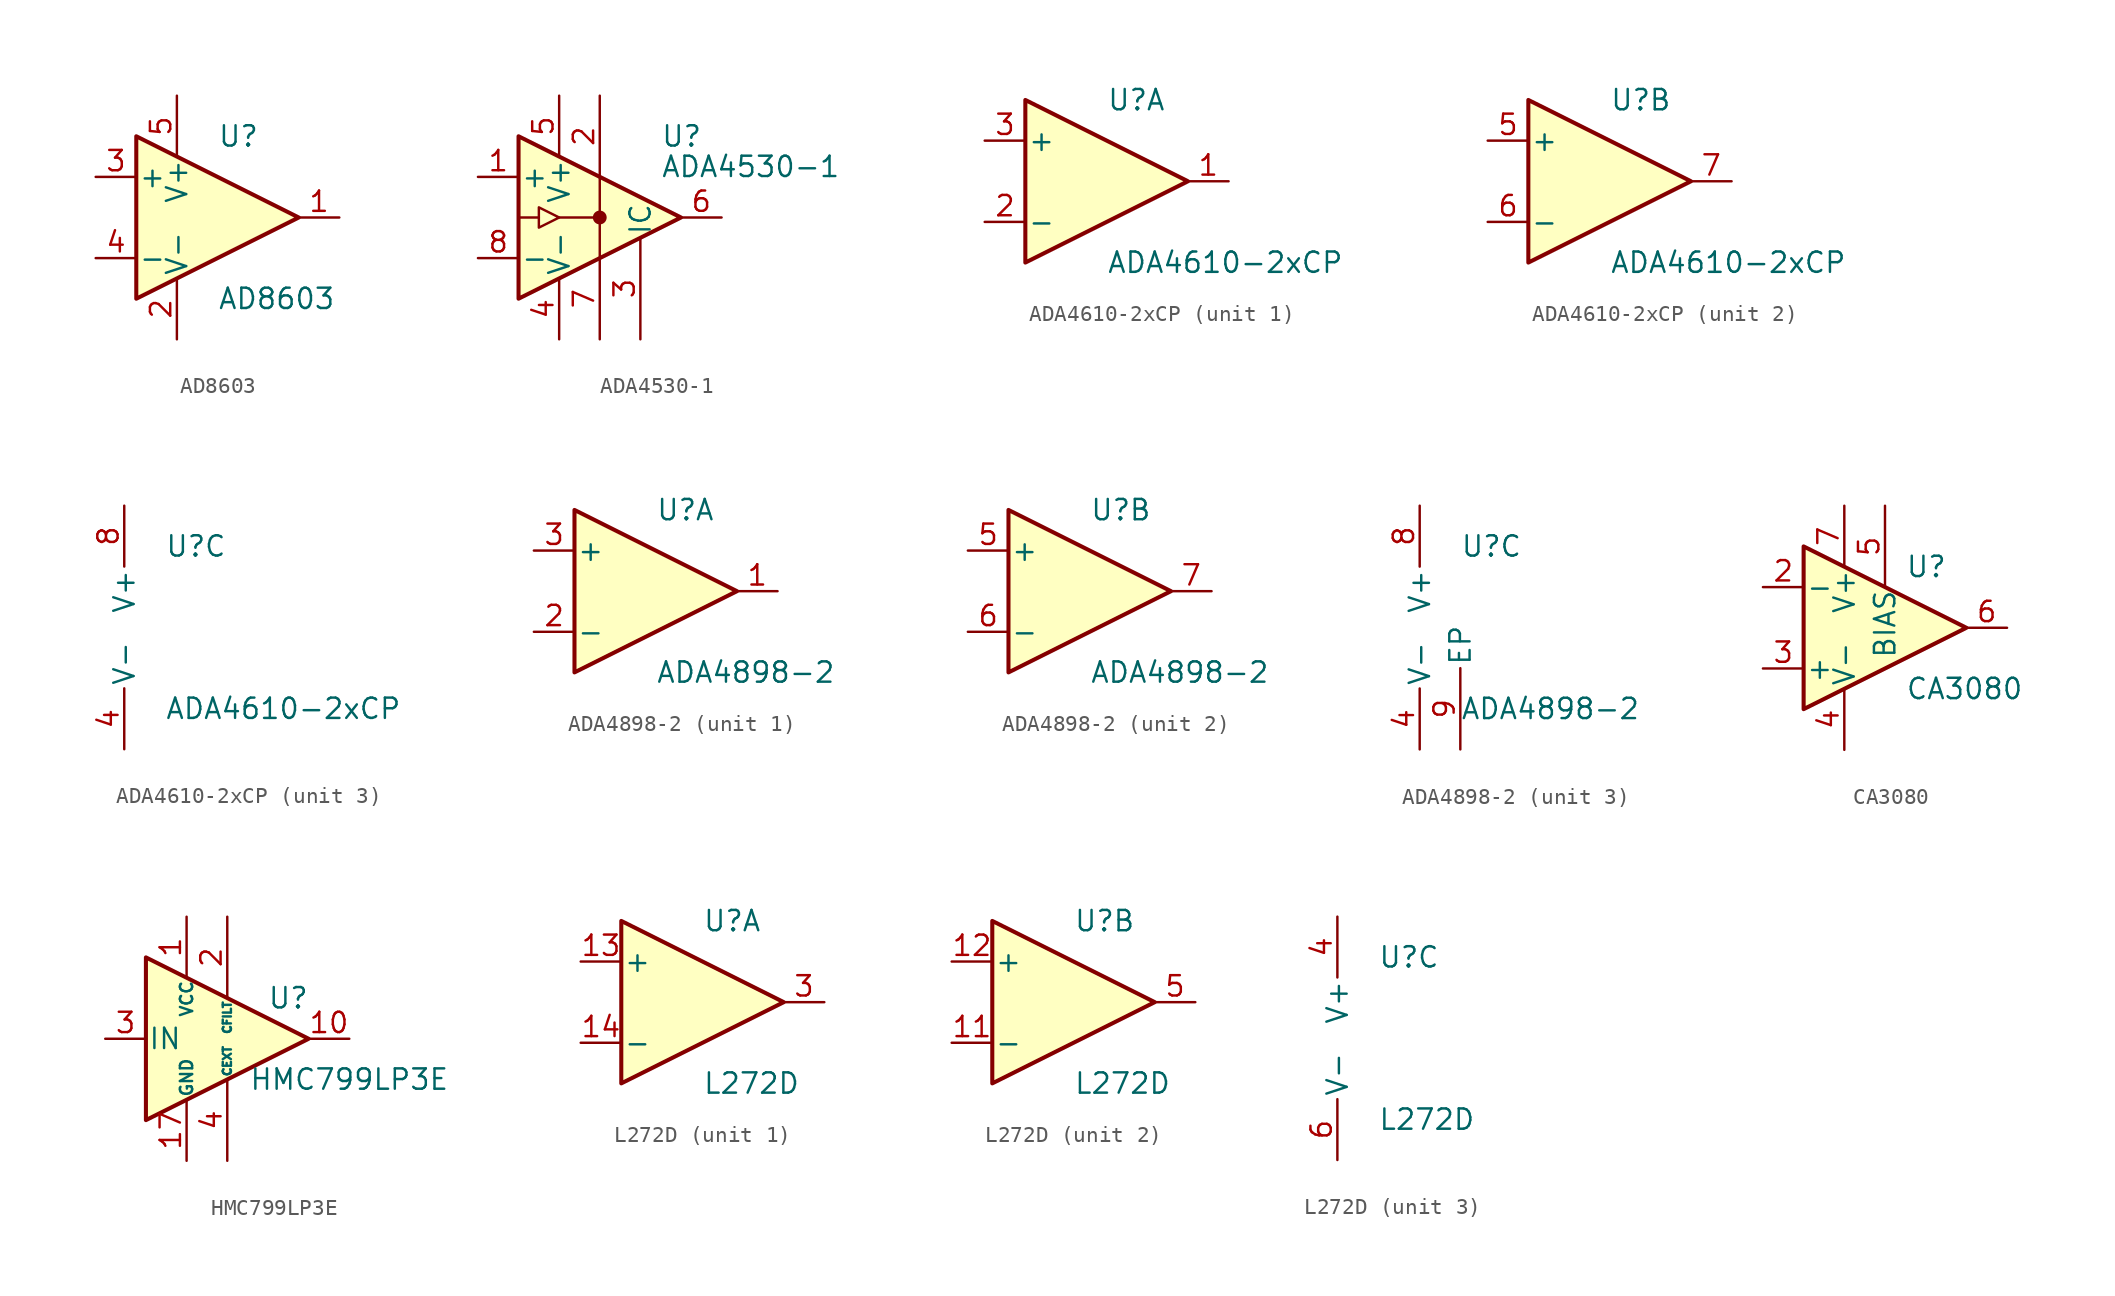
<source format=kicad_sym>
(kicad_symbol_lib
  (version 20211014)
  (generator kicad_symbol_editor)
  (symbol "AD8603"
    (pin_names
      (offset 0.127))
    (property "Reference" "U"
      (at 0 5.08 0)
      (effects (font (size 1.27 1.27)) (justify left)))
    (property "Value" "AD8603"
      (at 0 -5.08 0)
      (effects (font (size 1.27 1.27)) (justify left)))
    (symbol "AD8603_0_1"
      (polyline (pts (xy -5.08 5.08) (xy 5.08 0) (xy -5.08 -5.08) (xy -5.08 5.08)) (stroke (width 0.254) (type default) (color 0 0 0 0)) (fill (type background)))
      (pin power_in line (at -2.54 -7.62 90) (length 3.81) (name "V-" (effects (font (size 1.27 1.27)))) (number "2" (effects (font (size 1.27 1.27)))))
      (pin power_in line (at -2.54 7.62 270) (length 3.81) (name "V+" (effects (font (size 1.27 1.27)))) (number "5" (effects (font (size 1.27 1.27))))))
    (symbol "AD8603_1_1"
      (pin output line (at 7.62 0 180) (length 2.54) (name "~" (effects (font (size 1.27 1.27)))) (number "1" (effects (font (size 1.27 1.27)))))
      (pin input line (at -7.62 2.54 0) (length 2.54) (name "+" (effects (font (size 1.27 1.27)))) (number "3" (effects (font (size 1.27 1.27)))))
      (pin input line (at -7.62 -2.54 0) (length 2.54) (name "-" (effects (font (size 1.27 1.27)))) (number "4" (effects (font (size 1.27 1.27)))))))
  (symbol "ADA4530-1"
    (pin_names
      (offset 0.127))
    (property "Reference" "U"
      (at 3.81 5.08 0)
      (effects (font (size 1.27 1.27)) (justify left)))
    (property "Value" "ADA4530-1"
      (at 3.81 3.175 0)
      (effects (font (size 1.27 1.27)) (justify left)))
    (symbol "ADA4530-1_0_1"
      (polyline (pts (xy -3.81 0) (xy -5.08 0)) (stroke (width 0) (type default) (color 0 0 0 0)) (fill (type none)))
      (polyline (pts (xy -2.54 0) (xy 0 0)) (stroke (width 0) (type default) (color 0 0 0 0)) (fill (type none)))
      (polyline (pts (xy 0 2.54) (xy 0 -2.54)) (stroke (width 0) (type default) (color 0 0 0 0)) (fill (type none)))
      (polyline (pts (xy -5.08 5.08) (xy 5.08 0) (xy -5.08 -5.08) (xy -5.08 5.08)) (stroke (width 0.254) (type default) (color 0 0 0 0)) (fill (type background)))
      (polyline (pts (xy -3.81 -0.635) (xy -3.81 0.635) (xy -2.54 0) (xy -3.81 -0.635)) (stroke (width 0) (type default) (color 0 0 0 0)) (fill (type none)))
      (circle (center 0 0) (radius 0.356) (stroke (width 0) (type default) (color 0 0 0 0)) (fill (type outline))))
    (symbol "ADA4530-1_1_1"
      (pin input line (at -7.62 2.54 0) (length 2.54) (name "+" (effects (font (size 1.27 1.27)))) (number "1" (effects (font (size 1.27 1.27)))))
      (pin passive line (at 0 7.62 270) (length 5.08) (name "~" (effects (font (size 1.27 1.27)))) (number "2" (effects (font (size 1.27 1.27)))))
      (pin passive line (at 2.54 -7.62 90) (length 6.35) (name "IC" (effects (font (size 1.27 1.27)))) (number "3" (effects (font (size 1.27 1.27)))))
      (pin power_in line (at -2.54 -7.62 90) (length 3.81) (name "V-" (effects (font (size 1.27 1.27)))) (number "4" (effects (font (size 1.27 1.27)))))
      (pin power_in line (at -2.54 7.62 270) (length 3.81) (name "V+" (effects (font (size 1.27 1.27)))) (number "5" (effects (font (size 1.27 1.27)))))
      (pin output line (at 7.62 0 180) (length 2.54) (name "~" (effects (font (size 1.27 1.27)))) (number "6" (effects (font (size 1.27 1.27)))))
      (pin passive line (at 0 -7.62 90) (length 5.08) (name "~" (effects (font (size 1.27 1.27)))) (number "7" (effects (font (size 1.27 1.27)))))
      (pin input line (at -7.62 -2.54 0) (length 2.54) (name "-" (effects (font (size 1.27 1.27)))) (number "8" (effects (font (size 1.27 1.27)))))))
  (symbol "ADA4610-2xCP"
    (pin_names
      (offset 0.127))
    (property "Reference" "U"
      (at 0 5.08 0)
      (effects (font (size 1.27 1.27)) (justify left)))
    (property "Value" "ADA4610-2xCP"
      (at 0 -5.08 0)
      (effects (font (size 1.27 1.27)) (justify left)))
    (property "ki_locked" ""
      (at 0 0 0)
      (effects (font (size 1.27 1.27))))
    (symbol "ADA4610-2xCP_1_1"
      (polyline (pts (xy -5.08 5.08) (xy 5.08 0) (xy -5.08 -5.08) (xy -5.08 5.08)) (stroke (width 0.254) (type default) (color 0 0 0 0)) (fill (type background)))
      (pin output line (at 7.62 0 180) (length 2.54) (name "~" (effects (font (size 1.27 1.27)))) (number "1" (effects (font (size 1.27 1.27)))))
      (pin input line (at -7.62 -2.54 0) (length 2.54) (name "-" (effects (font (size 1.27 1.27)))) (number "2" (effects (font (size 1.27 1.27)))))
      (pin input line (at -7.62 2.54 0) (length 2.54) (name "+" (effects (font (size 1.27 1.27)))) (number "3" (effects (font (size 1.27 1.27))))))
    (symbol "ADA4610-2xCP_2_1"
      (polyline (pts (xy -5.08 5.08) (xy 5.08 0) (xy -5.08 -5.08) (xy -5.08 5.08)) (stroke (width 0.254) (type default) (color 0 0 0 0)) (fill (type background)))
      (pin input line (at -7.62 2.54 0) (length 2.54) (name "+" (effects (font (size 1.27 1.27)))) (number "5" (effects (font (size 1.27 1.27)))))
      (pin input line (at -7.62 -2.54 0) (length 2.54) (name "-" (effects (font (size 1.27 1.27)))) (number "6" (effects (font (size 1.27 1.27)))))
      (pin output line (at 7.62 0 180) (length 2.54) (name "~" (effects (font (size 1.27 1.27)))) (number "7" (effects (font (size 1.27 1.27))))))
    (symbol "ADA4610-2xCP_3_1"
      (pin power_in line (at -2.54 -7.62 90) (length 3.81) (name "V-" (effects (font (size 1.27 1.27)))) (number "4" (effects (font (size 1.27 1.27)))))
      (pin power_in line (at -2.54 7.62 270) (length 3.81) (name "V+" (effects (font (size 1.27 1.27)))) (number "8" (effects (font (size 1.27 1.27)))))
      (pin passive line (at -2.54 -7.62 90) (length 3.81) hide (name "V-" (effects (font (size 1.27 1.27)))) (number "9" (effects (font (size 1.27 1.27)))))))
  (symbol "ADA4898-2"
    (pin_names
      (offset 0.127))
    (property "Reference" "U"
      (at 0 5.08 0)
      (effects (font (size 1.27 1.27)) (justify left)))
    (property "Value" "ADA4898-2"
      (at 0 -5.08 0)
      (effects (font (size 1.27 1.27)) (justify left)))
    (property "ki_locked" ""
      (at 0 0 0)
      (effects (font (size 1.27 1.27))))
    (symbol "ADA4898-2_1_1"
      (polyline (pts (xy -5.08 5.08) (xy 5.08 0) (xy -5.08 -5.08) (xy -5.08 5.08)) (stroke (width 0.254) (type default) (color 0 0 0 0)) (fill (type background)))
      (pin output line (at 7.62 0 180) (length 2.54) (name "~" (effects (font (size 1.27 1.27)))) (number "1" (effects (font (size 1.27 1.27)))))
      (pin input line (at -7.62 -2.54 0) (length 2.54) (name "-" (effects (font (size 1.27 1.27)))) (number "2" (effects (font (size 1.27 1.27)))))
      (pin input line (at -7.62 2.54 0) (length 2.54) (name "+" (effects (font (size 1.27 1.27)))) (number "3" (effects (font (size 1.27 1.27))))))
    (symbol "ADA4898-2_2_1"
      (polyline (pts (xy -5.08 5.08) (xy 5.08 0) (xy -5.08 -5.08) (xy -5.08 5.08)) (stroke (width 0.254) (type default) (color 0 0 0 0)) (fill (type background)))
      (pin input line (at -7.62 2.54 0) (length 2.54) (name "+" (effects (font (size 1.27 1.27)))) (number "5" (effects (font (size 1.27 1.27)))))
      (pin input line (at -7.62 -2.54 0) (length 2.54) (name "-" (effects (font (size 1.27 1.27)))) (number "6" (effects (font (size 1.27 1.27)))))
      (pin output line (at 7.62 0 180) (length 2.54) (name "~" (effects (font (size 1.27 1.27)))) (number "7" (effects (font (size 1.27 1.27))))))
    (symbol "ADA4898-2_3_1"
      (pin power_in line (at -2.54 -7.62 90) (length 3.81) (name "V-" (effects (font (size 1.27 1.27)))) (number "4" (effects (font (size 1.27 1.27)))))
      (pin power_in line (at -2.54 7.62 270) (length 3.81) (name "V+" (effects (font (size 1.27 1.27)))) (number "8" (effects (font (size 1.27 1.27)))))
      (pin passive line (at 0 -7.62 90) (length 5.08) (name "EP" (effects (font (size 1.27 1.27)))) (number "9" (effects (font (size 1.27 1.27)))))))
  (symbol "CA3080"
    (pin_names
      (offset 0.127))
    (property "Reference" "U"
      (at 1.27 3.81 0)
      (effects (font (size 1.27 1.27)) (justify left)))
    (property "Value" "CA3080"
      (at 1.27 -3.81 0)
      (effects (font (size 1.27 1.27)) (justify left)))
    (symbol "CA3080_0_1"
      (polyline (pts (xy 5.08 0) (xy -5.08 -5.08) (xy -5.08 5.08) (xy 5.08 0)) (stroke (width 0.254) (type default) (color 0 0 0 0)) (fill (type background))))
    (symbol "CA3080_1_1"
      (pin no_connect line (at -2.54 2.54 270) (length 2.54) hide (name "NC" (effects (font (size 1.27 1.27)))) (number "1" (effects (font (size 1.27 1.27)))))
      (pin input line (at -7.62 2.54 0) (length 2.54) (name "-" (effects (font (size 1.27 1.27)))) (number "2" (effects (font (size 1.27 1.27)))))
      (pin input line (at -7.62 -2.54 0) (length 2.54) (name "+" (effects (font (size 1.27 1.27)))) (number "3" (effects (font (size 1.27 1.27)))))
      (pin power_in line (at -2.54 -7.62 90) (length 3.81) (name "V-" (effects (font (size 1.27 1.27)))) (number "4" (effects (font (size 1.27 1.27)))))
      (pin passive line (at 0 7.62 270) (length 5.08) (name "BIAS" (effects (font (size 1.27 1.27)))) (number "5" (effects (font (size 1.27 1.27)))))
      (pin output line (at 7.62 0 180) (length 2.54) (name "~" (effects (font (size 1.27 1.27)))) (number "6" (effects (font (size 1.27 1.27)))))
      (pin power_in line (at -2.54 7.62 270) (length 3.81) (name "V+" (effects (font (size 1.27 1.27)))) (number "7" (effects (font (size 1.27 1.27)))))
      (pin no_connect line (at 0 2.54 270) (length 2.54) hide (name "NC" (effects (font (size 1.27 1.27)))) (number "8" (effects (font (size 1.27 1.27)))))))
  (symbol "HMC799LP3E"
    (pin_names
      (offset 0.127))
    (property "Reference" "U"
      (at 3.81 2.54 0)
      (effects (font (size 1.27 1.27))))
    (property "Value" "HMC799LP3E"
      (at 7.62 -2.54 0)
      (effects (font (size 1.27 1.27))))
    (symbol "HMC799LP3E_0_0"
      (pin no_connect line (at 0 0 90) (length 2.54) hide (name "NC" (effects (font (size 1.27 1.27)))) (number "11" (effects (font (size 1.27 1.27)))))
      (pin passive line (at -2.54 7.62 270) (length 3.81) hide (name "VCC" (effects (font (size 0.762 0.762)))) (number "12" (effects (font (size 1.27 1.27)))))
      (pin no_connect line (at 2.54 0 90) (length 2.54) hide (name "NC" (effects (font (size 1.27 1.27)))) (number "13" (effects (font (size 1.27 1.27)))))
      (pin passive line (at -2.54 7.62 270) (length 3.81) hide (name "VCC" (effects (font (size 0.762 0.762)))) (number "14" (effects (font (size 1.27 1.27)))))
      (pin no_connect line (at -2.54 2.54 0) (length 2.54) hide (name "NC" (effects (font (size 1.27 1.27)))) (number "15" (effects (font (size 1.27 1.27)))))
      (pin no_connect line (at -2.54 -2.54 0) (length 2.54) hide (name "NC" (effects (font (size 1.27 1.27)))) (number "16" (effects (font (size 1.27 1.27)))))
      (pin no_connect line (at -5.08 5.08 0) (length 2.54) hide (name "NC" (effects (font (size 1.27 1.27)))) (number "5" (effects (font (size 1.27 1.27)))))
      (pin no_connect line (at -5.08 2.54 0) (length 2.54) hide (name "NC" (effects (font (size 1.27 1.27)))) (number "6" (effects (font (size 1.27 1.27)))))
      (pin no_connect line (at -5.08 -2.54 0) (length 2.54) hide (name "NC" (effects (font (size 1.27 1.27)))) (number "7" (effects (font (size 1.27 1.27)))))
      (pin no_connect line (at -5.08 -5.08 0) (length 2.54) hide (name "NC" (effects (font (size 1.27 1.27)))) (number "8" (effects (font (size 1.27 1.27)))))
      (pin no_connect line (at -2.54 0 90) (length 2.54) hide (name "NC" (effects (font (size 1.27 1.27)))) (number "9" (effects (font (size 1.27 1.27))))))
    (symbol "HMC799LP3E_0_1"
      (polyline (pts (xy 5.08 0) (xy -5.08 5.08) (xy -5.08 -5.08) (xy 5.08 0)) (stroke (width 0.254) (type default) (color 0 0 0 0)) (fill (type background))))
    (symbol "HMC799LP3E_1_1"
      (pin power_in line (at -2.54 7.62 270) (length 3.81) (name "VCC" (effects (font (size 0.762 0.762)))) (number "1" (effects (font (size 1.27 1.27)))))
      (pin output line (at 7.62 0 180) (length 2.54) (name "~" (effects (font (size 1.27 1.27)))) (number "10" (effects (font (size 1.27 1.27)))))
      (pin power_in line (at -2.54 -7.62 90) (length 3.81) (name "GND" (effects (font (size 0.762 0.762)))) (number "17" (effects (font (size 1.27 1.27)))))
      (pin passive line (at 0 7.62 270) (length 5.08) (name "CFILT" (effects (font (size 0.508 0.508)))) (number "2" (effects (font (size 1.27 1.27)))))
      (pin input line (at -7.62 0 0) (length 2.54) (name "IN" (effects (font (size 1.27 1.27)))) (number "3" (effects (font (size 1.27 1.27)))))
      (pin passive line (at 0 -7.62 90) (length 5.08) (name "CEXT" (effects (font (size 0.508 0.508)))) (number "4" (effects (font (size 1.27 1.27)))))))
  (symbol "L272D"
    (pin_names
      (offset 0.127))
    (property "Reference" "U"
      (at 0 5.08 0)
      (effects (font (size 1.27 1.27)) (justify left)))
    (property "Value" "L272D"
      (at 0 -5.08 0)
      (effects (font (size 1.27 1.27)) (justify left)))
    (property "ki_locked" ""
      (at 0 0 0)
      (effects (font (size 1.27 1.27))))
    (symbol "L272D_1_1"
      (polyline (pts (xy -5.08 5.08) (xy 5.08 0) (xy -5.08 -5.08) (xy -5.08 5.08)) (stroke (width 0.254) (type default) (color 0 0 0 0)) (fill (type background)))
      (pin no_connect line (at -2.54 -2.54 90) (length 2.54) hide (name "NC" (effects (font (size 1.27 1.27)))) (number "1" (effects (font (size 1.27 1.27)))))
      (pin input line (at -7.62 2.54 0) (length 2.54) (name "+" (effects (font (size 1.27 1.27)))) (number "13" (effects (font (size 1.27 1.27)))))
      (pin input line (at -7.62 -2.54 0) (length 2.54) (name "-" (effects (font (size 1.27 1.27)))) (number "14" (effects (font (size 1.27 1.27)))))
      (pin no_connect line (at 0 -2.54 90) (length 2.54) hide (name "NC" (effects (font (size 1.27 1.27)))) (number "2" (effects (font (size 1.27 1.27)))))
      (pin output line (at 7.62 0 180) (length 2.54) (name "~" (effects (font (size 1.27 1.27)))) (number "3" (effects (font (size 1.27 1.27)))))
      (pin no_connect line (at -2.54 2.54 90) (length 2.54) hide (name "NC" (effects (font (size 1.27 1.27)))) (number "7" (effects (font (size 1.27 1.27)))))
      (pin no_connect line (at 0 2.54 90) (length 2.54) hide (name "NC" (effects (font (size 1.27 1.27)))) (number "8" (effects (font (size 1.27 1.27))))))
    (symbol "L272D_2_1"
      (polyline (pts (xy -5.08 5.08) (xy 5.08 0) (xy -5.08 -5.08) (xy -5.08 5.08)) (stroke (width 0.254) (type default) (color 0 0 0 0)) (fill (type background)))
      (pin no_connect line (at 0 -2.54 270) (length 2.54) hide (name "NC" (effects (font (size 1.27 1.27)))) (number "10" (effects (font (size 1.27 1.27)))))
      (pin input line (at -7.62 -2.54 0) (length 2.54) (name "-" (effects (font (size 1.27 1.27)))) (number "11" (effects (font (size 1.27 1.27)))))
      (pin input line (at -7.62 2.54 0) (length 2.54) (name "+" (effects (font (size 1.27 1.27)))) (number "12" (effects (font (size 1.27 1.27)))))
      (pin no_connect line (at -2.54 2.54 270) (length 2.54) hide (name "NC" (effects (font (size 1.27 1.27)))) (number "15" (effects (font (size 1.27 1.27)))))
      (pin no_connect line (at 0 2.54 270) (length 2.54) hide (name "NC" (effects (font (size 1.27 1.27)))) (number "16" (effects (font (size 1.27 1.27)))))
      (pin output line (at 7.62 0 180) (length 2.54) (name "~" (effects (font (size 1.27 1.27)))) (number "5" (effects (font (size 1.27 1.27)))))
      (pin no_connect line (at -2.54 -2.54 270) (length 2.54) hide (name "NC" (effects (font (size 1.27 1.27)))) (number "9" (effects (font (size 1.27 1.27))))))
    (symbol "L272D_3_1"
      (pin power_in line (at -2.54 7.62 270) (length 3.81) (name "V+" (effects (font (size 1.27 1.27)))) (number "4" (effects (font (size 1.27 1.27)))))
      (pin power_in line (at -2.54 -7.62 90) (length 3.81) (name "V-" (effects (font (size 1.27 1.27)))) (number "6" (effects (font (size 1.27 1.27))))))))
</source>
